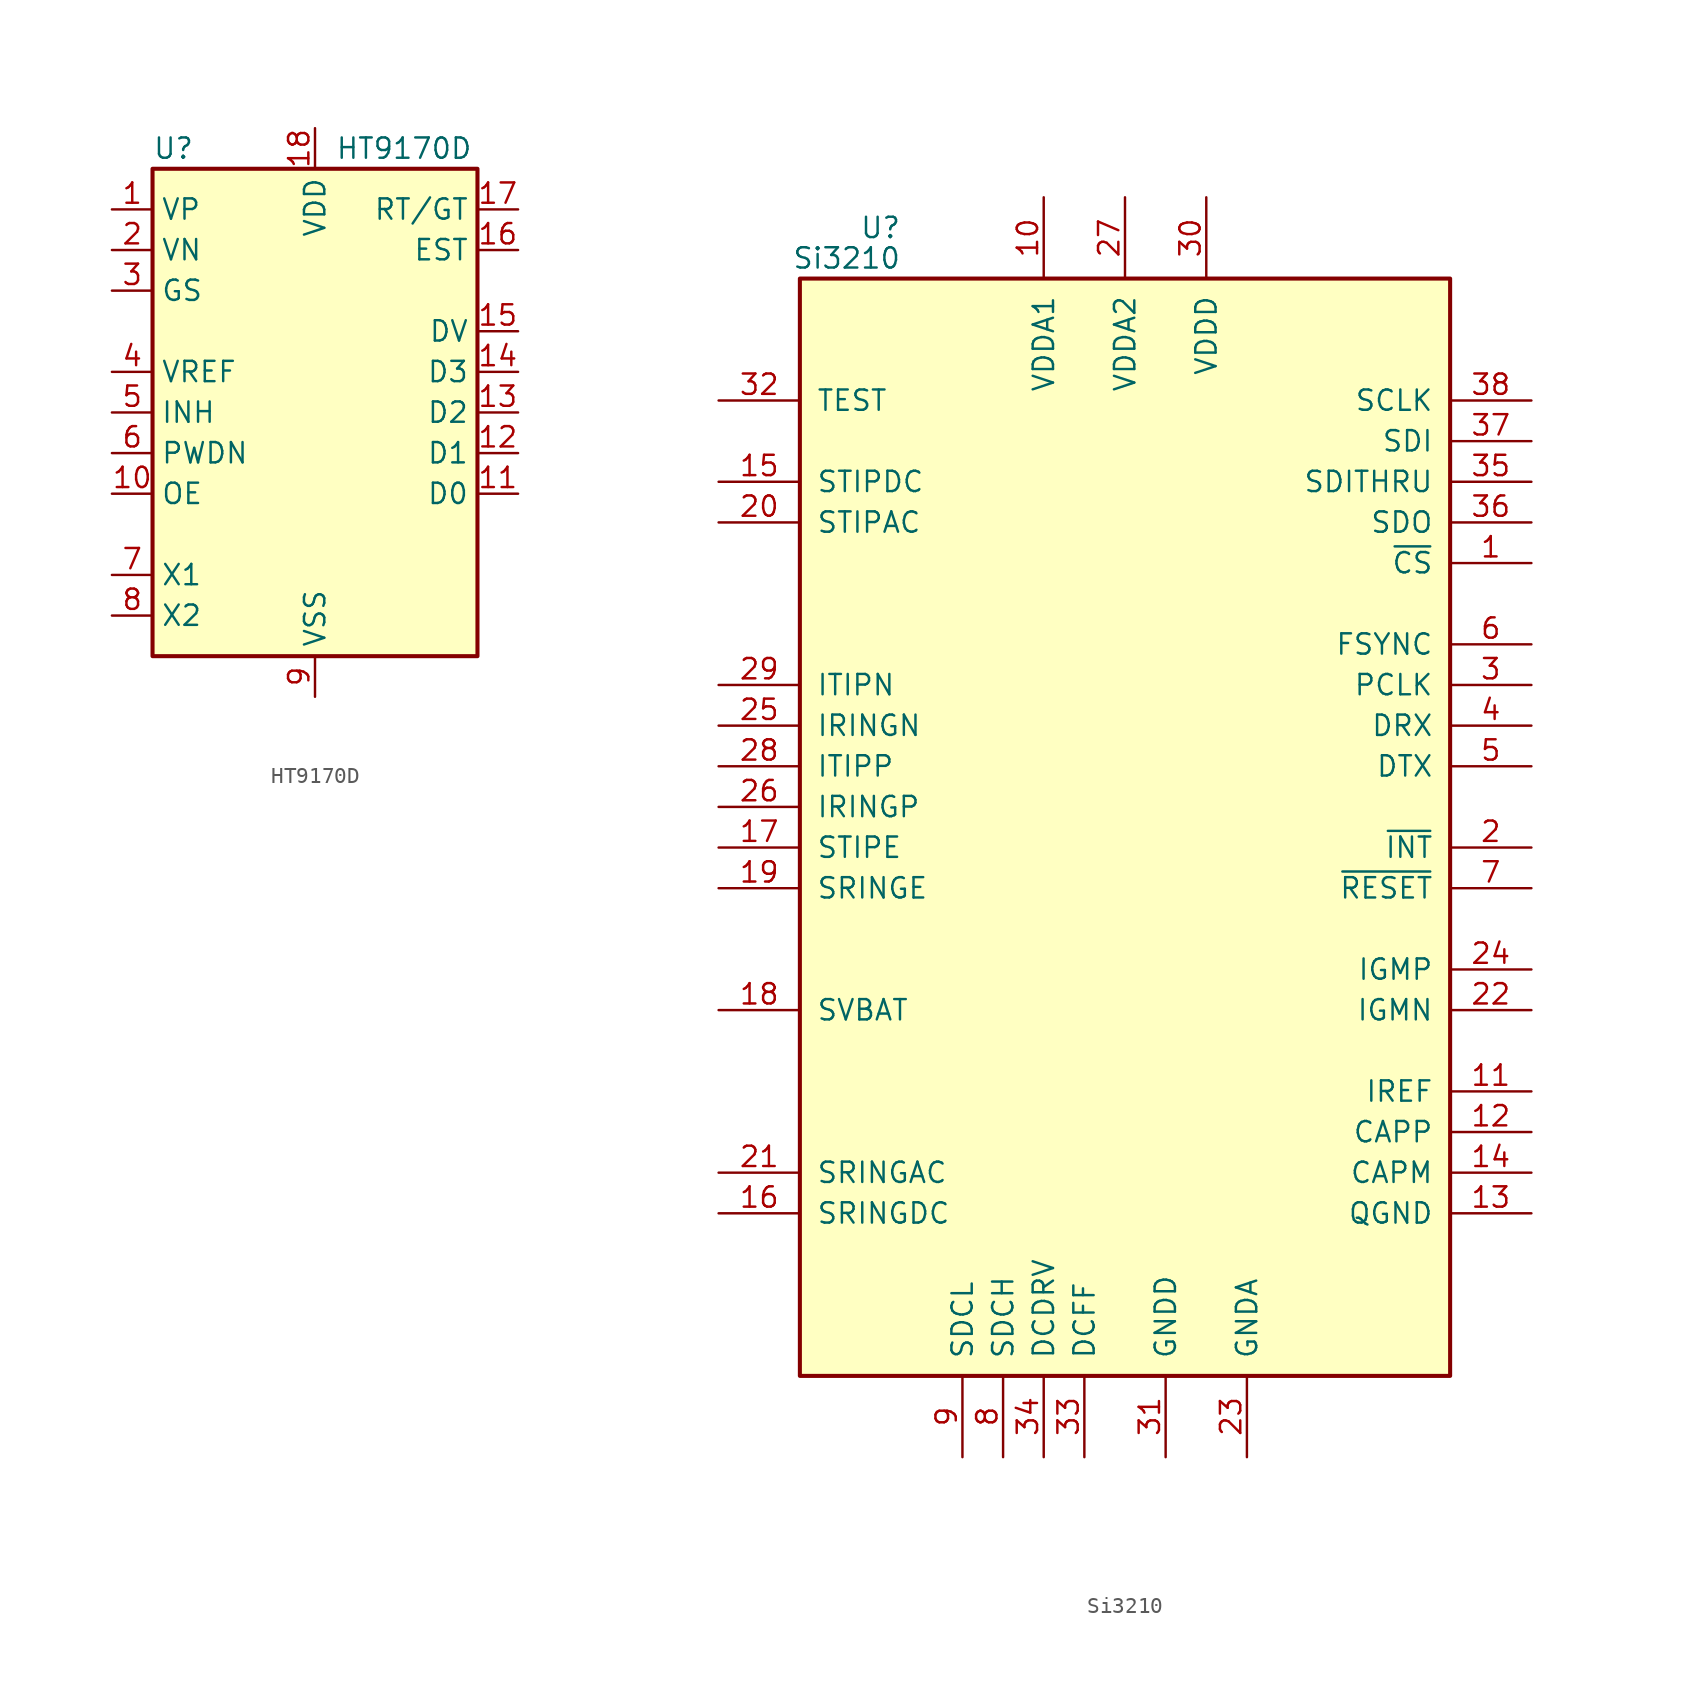
<source format=kicad_sym>
(kicad_symbol_lib
  (version 20211014)
  (generator kicad_symbol_editor)
  (symbol "HT9170D"
    (property "Reference" "U"
      (at -10.16 16.51 0)
      (effects (font (size 1.27 1.27)) (justify left)))
    (property "Value" "HT9170D"
      (at 1.27 16.51 0)
      (effects (font (size 1.27 1.27)) (justify left)))
    (symbol "HT9170D_0_1"
      (rectangle (start -10.16 15.24) (end 10.16 -15.24) (stroke (width 0.254) (type default) (color 0 0 0 0)) (fill (type background))))
    (symbol "HT9170D_1_1"
      (pin input line (at -12.7 12.7 0) (length 2.54) (name "VP" (effects (font (size 1.27 1.27)))) (number "1" (effects (font (size 1.27 1.27)))))
      (pin input line (at -12.7 -5.08 0) (length 2.54) (name "OE" (effects (font (size 1.27 1.27)))) (number "10" (effects (font (size 1.27 1.27)))))
      (pin tri_state line (at 12.7 -5.08 180) (length 2.54) (name "D0" (effects (font (size 1.27 1.27)))) (number "11" (effects (font (size 1.27 1.27)))))
      (pin tri_state line (at 12.7 -2.54 180) (length 2.54) (name "D1" (effects (font (size 1.27 1.27)))) (number "12" (effects (font (size 1.27 1.27)))))
      (pin tri_state line (at 12.7 0 180) (length 2.54) (name "D2" (effects (font (size 1.27 1.27)))) (number "13" (effects (font (size 1.27 1.27)))))
      (pin tri_state line (at 12.7 2.54 180) (length 2.54) (name "D3" (effects (font (size 1.27 1.27)))) (number "14" (effects (font (size 1.27 1.27)))))
      (pin output line (at 12.7 5.08 180) (length 2.54) (name "DV" (effects (font (size 1.27 1.27)))) (number "15" (effects (font (size 1.27 1.27)))))
      (pin output line (at 12.7 10.16 180) (length 2.54) (name "EST" (effects (font (size 1.27 1.27)))) (number "16" (effects (font (size 1.27 1.27)))))
      (pin bidirectional line (at 12.7 12.7 180) (length 2.54) (name "RT/GT" (effects (font (size 1.27 1.27)))) (number "17" (effects (font (size 1.27 1.27)))))
      (pin power_in line (at 0 17.78 270) (length 2.54) (name "VDD" (effects (font (size 1.27 1.27)))) (number "18" (effects (font (size 1.27 1.27)))))
      (pin input line (at -12.7 10.16 0) (length 2.54) (name "VN" (effects (font (size 1.27 1.27)))) (number "2" (effects (font (size 1.27 1.27)))))
      (pin output line (at -12.7 7.62 0) (length 2.54) (name "GS" (effects (font (size 1.27 1.27)))) (number "3" (effects (font (size 1.27 1.27)))))
      (pin power_out line (at -12.7 2.54 0) (length 2.54) (name "VREF" (effects (font (size 1.27 1.27)))) (number "4" (effects (font (size 1.27 1.27)))))
      (pin input line (at -12.7 0 0) (length 2.54) (name "INH" (effects (font (size 1.27 1.27)))) (number "5" (effects (font (size 1.27 1.27)))))
      (pin input line (at -12.7 -2.54 0) (length 2.54) (name "PWDN" (effects (font (size 1.27 1.27)))) (number "6" (effects (font (size 1.27 1.27)))))
      (pin input line (at -12.7 -10.16 0) (length 2.54) (name "X1" (effects (font (size 1.27 1.27)))) (number "7" (effects (font (size 1.27 1.27)))))
      (pin output line (at -12.7 -12.7 0) (length 2.54) (name "X2" (effects (font (size 1.27 1.27)))) (number "8" (effects (font (size 1.27 1.27)))))
      (pin power_in line (at 0 -17.78 90) (length 2.54) (name "VSS" (effects (font (size 1.27 1.27)))) (number "9" (effects (font (size 1.27 1.27)))))))
  (symbol "Si3210"
    (pin_names
      (offset 1.016))
    (property "Reference" "U"
      (at -13.97 36.195 0)
      (effects (font (size 1.27 1.27)) (justify right)))
    (property "Value" "Si3210"
      (at -13.97 34.29 0)
      (effects (font (size 1.27 1.27)) (justify right)))
    (symbol "Si3210_0_1"
      (rectangle (start -20.32 33.02) (end 20.32 -35.56) (stroke (width 0.254) (type default) (color 0 0 0 0)) (fill (type background))))
    (symbol "Si3210_1_1"
      (pin input line (at 25.4 15.24 180) (length 5.08) (name "~{CS}" (effects (font (size 1.27 1.27)))) (number "1" (effects (font (size 1.27 1.27)))))
      (pin power_in line (at -5.08 38.1 270) (length 5.08) (name "VDDA1" (effects (font (size 1.27 1.27)))) (number "10" (effects (font (size 1.27 1.27)))))
      (pin output line (at 25.4 -17.78 180) (length 5.08) (name "IREF" (effects (font (size 1.27 1.27)))) (number "11" (effects (font (size 1.27 1.27)))))
      (pin output line (at 25.4 -20.32 180) (length 5.08) (name "CAPP" (effects (font (size 1.27 1.27)))) (number "12" (effects (font (size 1.27 1.27)))))
      (pin power_in line (at 25.4 -25.4 180) (length 5.08) (name "QGND" (effects (font (size 1.27 1.27)))) (number "13" (effects (font (size 1.27 1.27)))))
      (pin output line (at 25.4 -22.86 180) (length 5.08) (name "CAPM" (effects (font (size 1.27 1.27)))) (number "14" (effects (font (size 1.27 1.27)))))
      (pin input line (at -25.4 20.32 0) (length 5.08) (name "STIPDC" (effects (font (size 1.27 1.27)))) (number "15" (effects (font (size 1.27 1.27)))))
      (pin input line (at -25.4 -25.4 0) (length 5.08) (name "SRINGDC" (effects (font (size 1.27 1.27)))) (number "16" (effects (font (size 1.27 1.27)))))
      (pin input line (at -25.4 -2.54 0) (length 5.08) (name "STIPE" (effects (font (size 1.27 1.27)))) (number "17" (effects (font (size 1.27 1.27)))))
      (pin input line (at -25.4 -12.7 0) (length 5.08) (name "SVBAT" (effects (font (size 1.27 1.27)))) (number "18" (effects (font (size 1.27 1.27)))))
      (pin input line (at -25.4 -5.08 0) (length 5.08) (name "SRINGE" (effects (font (size 1.27 1.27)))) (number "19" (effects (font (size 1.27 1.27)))))
      (pin output line (at 25.4 -2.54 180) (length 5.08) (name "~{INT}" (effects (font (size 1.27 1.27)))) (number "2" (effects (font (size 1.27 1.27)))))
      (pin input line (at -25.4 17.78 0) (length 5.08) (name "STIPAC" (effects (font (size 1.27 1.27)))) (number "20" (effects (font (size 1.27 1.27)))))
      (pin input line (at -25.4 -22.86 0) (length 5.08) (name "SRINGAC" (effects (font (size 1.27 1.27)))) (number "21" (effects (font (size 1.27 1.27)))))
      (pin output line (at 25.4 -12.7 180) (length 5.08) (name "IGMN" (effects (font (size 1.27 1.27)))) (number "22" (effects (font (size 1.27 1.27)))))
      (pin power_in line (at 7.62 -40.64 90) (length 5.08) (name "GNDA" (effects (font (size 1.27 1.27)))) (number "23" (effects (font (size 1.27 1.27)))))
      (pin output line (at 25.4 -10.16 180) (length 5.08) (name "IGMP" (effects (font (size 1.27 1.27)))) (number "24" (effects (font (size 1.27 1.27)))))
      (pin input line (at -25.4 5.08 0) (length 5.08) (name "IRINGN" (effects (font (size 1.27 1.27)))) (number "25" (effects (font (size 1.27 1.27)))))
      (pin input line (at -25.4 0 0) (length 5.08) (name "IRINGP" (effects (font (size 1.27 1.27)))) (number "26" (effects (font (size 1.27 1.27)))))
      (pin power_in line (at 0 38.1 270) (length 5.08) (name "VDDA2" (effects (font (size 1.27 1.27)))) (number "27" (effects (font (size 1.27 1.27)))))
      (pin input line (at -25.4 2.54 0) (length 5.08) (name "ITIPP" (effects (font (size 1.27 1.27)))) (number "28" (effects (font (size 1.27 1.27)))))
      (pin input line (at -25.4 7.62 0) (length 5.08) (name "ITIPN" (effects (font (size 1.27 1.27)))) (number "29" (effects (font (size 1.27 1.27)))))
      (pin input line (at 25.4 7.62 180) (length 5.08) (name "PCLK" (effects (font (size 1.27 1.27)))) (number "3" (effects (font (size 1.27 1.27)))))
      (pin power_in line (at 5.08 38.1 270) (length 5.08) (name "VDDD" (effects (font (size 1.27 1.27)))) (number "30" (effects (font (size 1.27 1.27)))))
      (pin power_in line (at 2.54 -40.64 90) (length 5.08) (name "GNDD" (effects (font (size 1.27 1.27)))) (number "31" (effects (font (size 1.27 1.27)))))
      (pin input line (at -25.4 25.4 0) (length 5.08) (name "TEST" (effects (font (size 1.27 1.27)))) (number "32" (effects (font (size 1.27 1.27)))))
      (pin output line (at -2.54 -40.64 90) (length 5.08) (name "DCFF" (effects (font (size 1.27 1.27)))) (number "33" (effects (font (size 1.27 1.27)))))
      (pin output line (at -5.08 -40.64 90) (length 5.08) (name "DCDRV" (effects (font (size 1.27 1.27)))) (number "34" (effects (font (size 1.27 1.27)))))
      (pin output line (at 25.4 20.32 180) (length 5.08) (name "SDITHRU" (effects (font (size 1.27 1.27)))) (number "35" (effects (font (size 1.27 1.27)))))
      (pin output line (at 25.4 17.78 180) (length 5.08) (name "SDO" (effects (font (size 1.27 1.27)))) (number "36" (effects (font (size 1.27 1.27)))))
      (pin input line (at 25.4 22.86 180) (length 5.08) (name "SDI" (effects (font (size 1.27 1.27)))) (number "37" (effects (font (size 1.27 1.27)))))
      (pin input line (at 25.4 25.4 180) (length 5.08) (name "SCLK" (effects (font (size 1.27 1.27)))) (number "38" (effects (font (size 1.27 1.27)))))
      (pin input line (at 25.4 5.08 180) (length 5.08) (name "DRX" (effects (font (size 1.27 1.27)))) (number "4" (effects (font (size 1.27 1.27)))))
      (pin output line (at 25.4 2.54 180) (length 5.08) (name "DTX" (effects (font (size 1.27 1.27)))) (number "5" (effects (font (size 1.27 1.27)))))
      (pin input line (at 25.4 10.16 180) (length 5.08) (name "FSYNC" (effects (font (size 1.27 1.27)))) (number "6" (effects (font (size 1.27 1.27)))))
      (pin input line (at 25.4 -5.08 180) (length 5.08) (name "~{RESET}" (effects (font (size 1.27 1.27)))) (number "7" (effects (font (size 1.27 1.27)))))
      (pin output line (at -7.62 -40.64 90) (length 5.08) (name "SDCH" (effects (font (size 1.27 1.27)))) (number "8" (effects (font (size 1.27 1.27)))))
      (pin output line (at -10.16 -40.64 90) (length 5.08) (name "SDCL" (effects (font (size 1.27 1.27)))) (number "9" (effects (font (size 1.27 1.27))))))))
</source>
